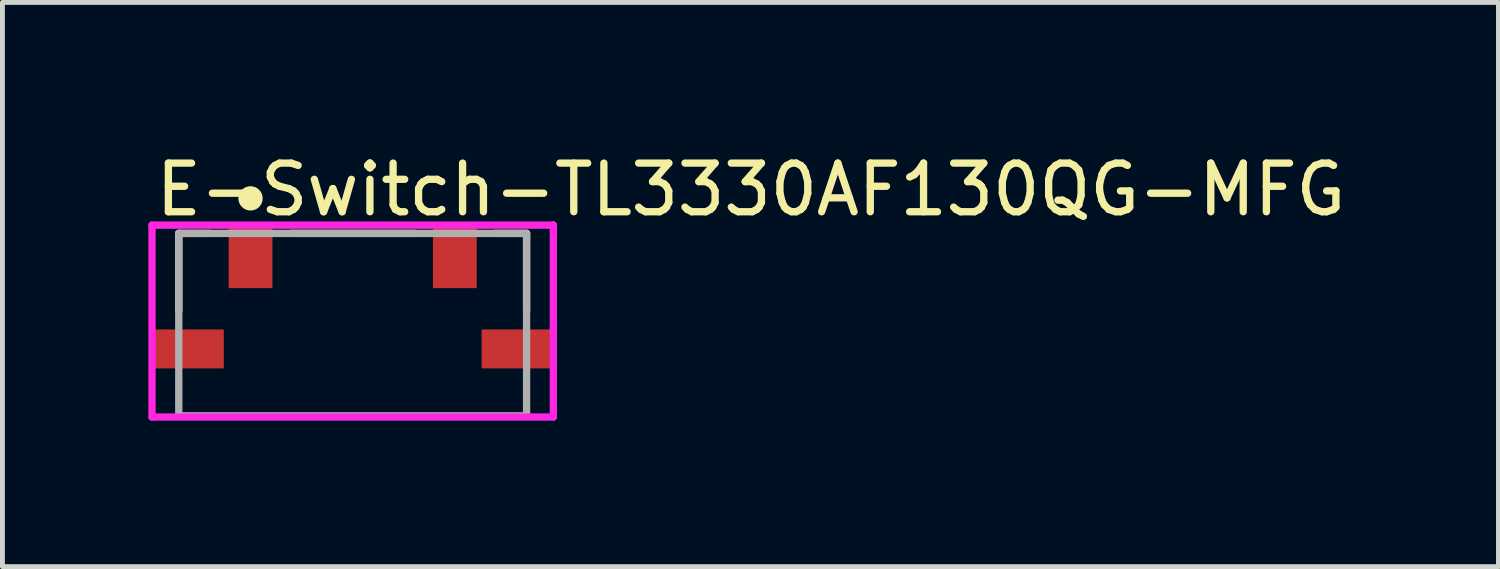
<source format=kicad_pcb>
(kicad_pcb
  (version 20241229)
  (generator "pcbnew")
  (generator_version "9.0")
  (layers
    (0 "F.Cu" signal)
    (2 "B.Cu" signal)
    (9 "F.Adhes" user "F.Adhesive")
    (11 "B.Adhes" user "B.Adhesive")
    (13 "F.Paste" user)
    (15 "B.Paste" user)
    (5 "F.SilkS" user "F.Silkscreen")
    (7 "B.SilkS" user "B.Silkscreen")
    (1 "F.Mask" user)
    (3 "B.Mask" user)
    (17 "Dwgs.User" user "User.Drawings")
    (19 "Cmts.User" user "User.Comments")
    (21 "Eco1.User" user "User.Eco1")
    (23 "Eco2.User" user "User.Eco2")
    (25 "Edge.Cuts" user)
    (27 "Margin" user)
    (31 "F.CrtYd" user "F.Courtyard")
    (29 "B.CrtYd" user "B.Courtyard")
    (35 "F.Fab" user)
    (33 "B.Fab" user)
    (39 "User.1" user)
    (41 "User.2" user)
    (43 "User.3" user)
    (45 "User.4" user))
  (footprint "E-Switch-TL3330AF130QG-MFG"
    (layer "F.Cu")
    (at 4.2 3.623)
    (property "Reference" "E-Switch-TL3330AF130QG-MFG" (at -4.125 -2.775 0) (layer "F.SilkS") (effects (font (size 1 1) (thickness 0.15)) (justify left)))
    (attr through_hole)
    (fp_line (start -3.575 -1.875) (end -2.925 -1.875) (stroke (width 0.15) (type solid)) (layer "F.SilkS"))
    (fp_line (start -3.575 -0.275) (end -3.575 -1.875) (stroke (width 0.15) (type solid)) (layer "F.SilkS"))
    (fp_line (start -1.275 -1.875) (end 1.275 -1.875) (stroke (width 0.15) (type solid)) (layer "F.SilkS"))
    (fp_line (start 2.925 -1.875) (end 3.575 -1.875) (stroke (width 0.15) (type solid)) (layer "F.SilkS"))
    (fp_line (start 3.575 -0.275) (end 3.575 -1.875) (stroke (width 0.15) (type solid)) (layer "F.SilkS"))
    (fp_circle (center -2.1 -2.595) (end -1.975 -2.595) (stroke (width 0.25) (type solid)) (fill no) (layer "F.SilkS"))
    (fp_line (start -4.125 -2.045) (end -4.125 1.9) (stroke (width 0.15) (type solid)) (layer "F.CrtYd"))
    (fp_line (start -4.125 1.9) (end 4.125 1.9) (stroke (width 0.15) (type solid)) (layer "F.CrtYd"))
    (fp_line (start 4.125 -2.045) (end -4.125 -2.045) (stroke (width 0.15) (type solid)) (layer "F.CrtYd"))
    (fp_line (start 4.125 -2.045) (end 4.125 -2.045) (stroke (width 0.15) (type solid)) (layer "F.CrtYd"))
    (fp_line (start 4.125 1.9) (end 4.125 -2.045) (stroke (width 0.15) (type solid)) (layer "F.CrtYd"))
    (fp_line (start -3.575 -1.875) (end 3.575 -1.875) (stroke (width 0.15) (type solid)) (layer "F.Fab"))
    (fp_line (start -3.575 1.875) (end -3.575 -1.875) (stroke (width 0.15) (type solid)) (layer "F.Fab"))
    (fp_line (start 3.575 -1.875) (end 3.575 1.875) (stroke (width 0.15) (type solid)) (layer "F.Fab"))
    (fp_line (start 3.575 1.875) (end -3.575 1.875) (stroke (width 0.15) (type solid)) (layer "F.Fab"))
    (pad "1" smd rect (at -2.1 -1.385) (size 0.9 1.27) (layers "F.Cu" "F.Mask" "F.Paste"))
    (pad "2" smd rect (at 2.1 -1.385) (size 0.9 1.27) (layers "F.Cu" "F.Mask" "F.Paste"))
    (pad "3" smd rect (at -3.375 0.5) (size 1.45 0.8) (layers "F.Cu" "F.Mask" "F.Paste"))
    (pad "4" smd rect (at 3.375 0.5) (size 1.45 0.8) (layers "F.Cu" "F.Mask" "F.Paste")))
  (gr_rect
    (start -3 -3)
    (end 27.754 8.598)
    (stroke (width 0.1) (type default))
    (fill no)
    (layer "Edge.Cuts")))
</source>
